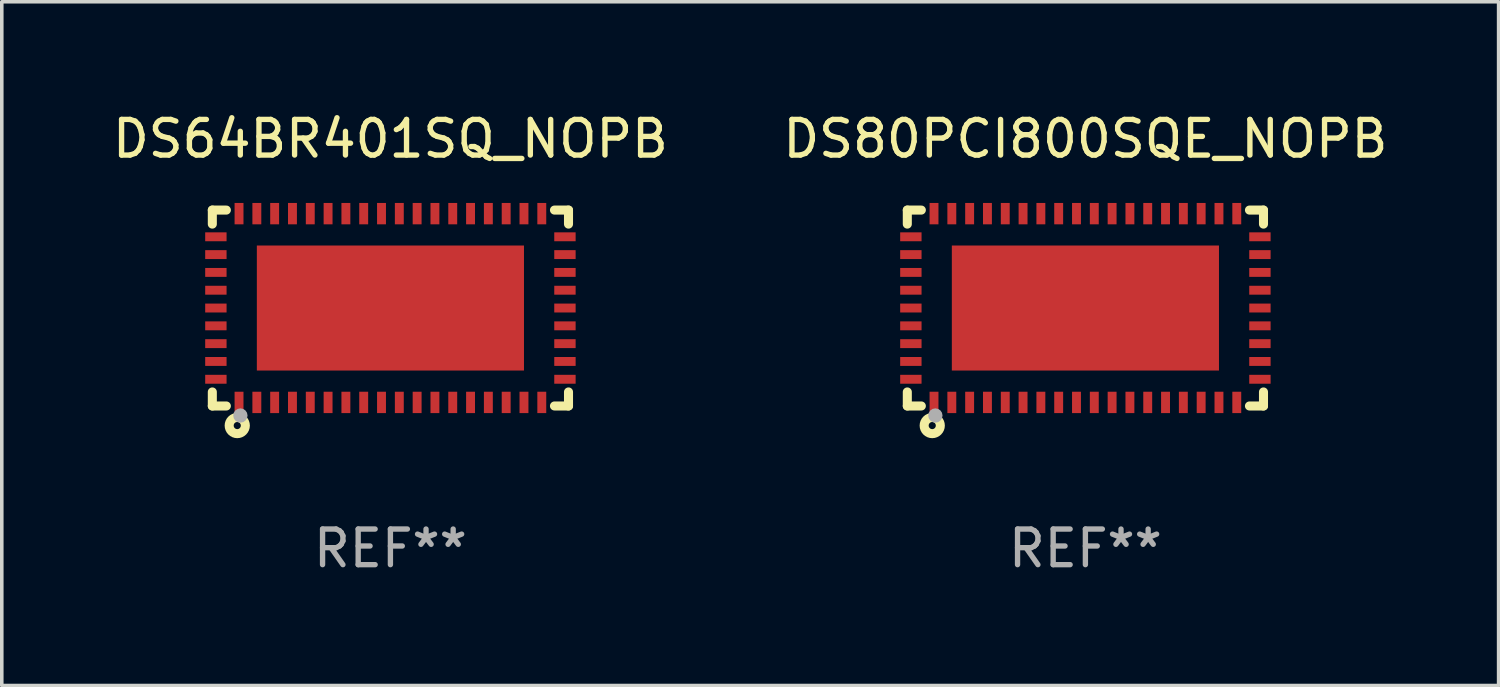
<source format=kicad_pcb>
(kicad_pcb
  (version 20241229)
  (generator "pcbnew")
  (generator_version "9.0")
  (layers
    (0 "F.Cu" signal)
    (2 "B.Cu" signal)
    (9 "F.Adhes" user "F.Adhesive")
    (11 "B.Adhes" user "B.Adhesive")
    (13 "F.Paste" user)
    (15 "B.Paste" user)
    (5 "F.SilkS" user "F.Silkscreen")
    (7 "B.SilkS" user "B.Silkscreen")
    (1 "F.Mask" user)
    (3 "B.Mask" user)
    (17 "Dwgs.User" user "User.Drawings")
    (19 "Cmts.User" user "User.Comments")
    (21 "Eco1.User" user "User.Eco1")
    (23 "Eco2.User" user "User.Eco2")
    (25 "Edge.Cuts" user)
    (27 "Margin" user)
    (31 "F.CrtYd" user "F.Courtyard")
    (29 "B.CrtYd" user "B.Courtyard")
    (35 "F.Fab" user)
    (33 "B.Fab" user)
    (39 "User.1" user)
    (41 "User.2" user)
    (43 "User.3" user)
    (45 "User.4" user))
  (footprint "DS80PCI800SQE_NOPB"
    (layer "F.Cu")
    (at 27.423 5.598)
    (property "Reference" "DS80PCI800SQE_NOPB" (at 0 -4.75 0) (layer "F.SilkS") (effects (font (size 1 1) (thickness 0.15))))
    (attr through_hole)
    (fp_line (start -5 -2.75) (end -4.606 -2.75) (stroke (width 0.254) (type solid)) (layer "F.SilkS"))
    (fp_line (start -5 -2.356) (end -5 -2.75) (stroke (width 0.254) (type solid)) (layer "F.SilkS"))
    (fp_line (start -5 2.75) (end -5 2.356) (stroke (width 0.254) (type solid)) (layer "F.SilkS"))
    (fp_line (start -4.606 2.75) (end -5 2.75) (stroke (width 0.254) (type solid)) (layer "F.SilkS"))
    (fp_line (start 4.606 -2.75) (end 5 -2.75) (stroke (width 0.254) (type solid)) (layer "F.SilkS"))
    (fp_line (start 5 -2.75) (end 5 -2.356) (stroke (width 0.254) (type solid)) (layer "F.SilkS"))
    (fp_line (start 5 2.356) (end 5 2.75) (stroke (width 0.254) (type solid)) (layer "F.SilkS"))
    (fp_line (start 5 2.75) (end 4.606 2.75) (stroke (width 0.254) (type solid)) (layer "F.SilkS"))
    (fp_circle (center -5 2.75) (end -4.97 2.75) (stroke (width 0.06) (type solid)) (fill no) (layer "F.SilkS"))
    (fp_circle (center -4.3 3.3) (end -4.2 3.3) (stroke (width 0.254) (type solid)) (fill no) (layer "F.SilkS"))
    (fp_circle (center -4.212 3.018) (end -4.111 3.018) (stroke (width 0.2) (type solid)) (fill no) (layer "F.Fab"))
    (fp_text user "REF**" (at 0 6.75 0) (layer "F.Fab") (effects (font (size 1 1) (thickness 0.15))))
    (pad "1" smd rect (at -4.25 2.65 270) (size 0.6 0.25) (layers "F.Cu" "F.Mask" "F.Paste"))
    (pad "2" smd rect (at -3.75 2.65 270) (size 0.6 0.25) (layers "F.Cu" "F.Mask" "F.Paste"))
    (pad "3" smd rect (at -3.25 2.65 270) (size 0.6 0.25) (layers "F.Cu" "F.Mask" "F.Paste"))
    (pad "4" smd rect (at -2.75 2.65 270) (size 0.6 0.25) (layers "F.Cu" "F.Mask" "F.Paste"))
    (pad "5" smd rect (at -2.25 2.65 270) (size 0.6 0.25) (layers "F.Cu" "F.Mask" "F.Paste"))
    (pad "6" smd rect (at -1.75 2.65 270) (size 0.6 0.25) (layers "F.Cu" "F.Mask" "F.Paste"))
    (pad "7" smd rect (at -1.25 2.65 270) (size 0.6 0.25) (layers "F.Cu" "F.Mask" "F.Paste"))
    (pad "8" smd rect (at -0.75 2.65 270) (size 0.6 0.25) (layers "F.Cu" "F.Mask" "F.Paste"))
    (pad "9" smd rect (at -0.25 2.65 270) (size 0.6 0.25) (layers "F.Cu" "F.Mask" "F.Paste"))
    (pad "10" smd rect (at 0.25 2.65 270) (size 0.6 0.25) (layers "F.Cu" "F.Mask" "F.Paste"))
    (pad "11" smd rect (at 0.75 2.65 270) (size 0.6 0.25) (layers "F.Cu" "F.Mask" "F.Paste"))
    (pad "12" smd rect (at 1.25 2.65 270) (size 0.6 0.25) (layers "F.Cu" "F.Mask" "F.Paste"))
    (pad "13" smd rect (at 1.75 2.65 270) (size 0.6 0.25) (layers "F.Cu" "F.Mask" "F.Paste"))
    (pad "14" smd rect (at 2.25 2.65 270) (size 0.6 0.25) (layers "F.Cu" "F.Mask" "F.Paste"))
    (pad "15" smd rect (at 2.75 2.65 270) (size 0.6 0.25) (layers "F.Cu" "F.Mask" "F.Paste"))
    (pad "16" smd rect (at 3.25 2.65 270) (size 0.6 0.25) (layers "F.Cu" "F.Mask" "F.Paste"))
    (pad "17" smd rect (at 3.75 2.65 270) (size 0.6 0.25) (layers "F.Cu" "F.Mask" "F.Paste"))
    (pad "18" smd rect (at 4.25 2.65 270) (size 0.6 0.25) (layers "F.Cu" "F.Mask" "F.Paste"))
    (pad "19" smd rect (at 4.9 2 270) (size 0.25 0.6) (layers "F.Cu" "F.Mask" "F.Paste"))
    (pad "20" smd rect (at 4.9 1.5 270) (size 0.25 0.6) (layers "F.Cu" "F.Mask" "F.Paste"))
    (pad "21" smd rect (at 4.9 1 270) (size 0.25 0.6) (layers "F.Cu" "F.Mask" "F.Paste"))
    (pad "22" smd rect (at 4.9 0.5 270) (size 0.25 0.6) (layers "F.Cu" "F.Mask" "F.Paste"))
    (pad "23" smd rect (at 4.9 -0.000076 270) (size 0.25 0.6) (layers "F.Cu" "F.Mask" "F.Paste"))
    (pad "24" smd rect (at 4.9 -0.5 270) (size 0.25 0.6) (layers "F.Cu" "F.Mask" "F.Paste"))
    (pad "25" smd rect (at 4.9 -1 270) (size 0.25 0.6) (layers "F.Cu" "F.Mask" "F.Paste"))
    (pad "26" smd rect (at 4.9 -1.5 270) (size 0.25 0.6) (layers "F.Cu" "F.Mask" "F.Paste"))
    (pad "27" smd rect (at 4.9 -2 270) (size 0.25 0.6) (layers "F.Cu" "F.Mask" "F.Paste"))
    (pad "28" smd rect (at 4.25 -2.65 270) (size 0.6 0.25) (layers "F.Cu" "F.Mask" "F.Paste"))
    (pad "29" smd rect (at 3.75 -2.65 270) (size 0.6 0.25) (layers "F.Cu" "F.Mask" "F.Paste"))
    (pad "30" smd rect (at 3.25 -2.65 270) (size 0.6 0.25) (layers "F.Cu" "F.Mask" "F.Paste"))
    (pad "31" smd rect (at 2.75 -2.65 270) (size 0.6 0.25) (layers "F.Cu" "F.Mask" "F.Paste"))
    (pad "32" smd rect (at 2.25 -2.65 270) (size 0.6 0.25) (layers "F.Cu" "F.Mask" "F.Paste"))
    (pad "33" smd rect (at 1.75 -2.65 270) (size 0.6 0.25) (layers "F.Cu" "F.Mask" "F.Paste"))
    (pad "34" smd rect (at 1.25 -2.65 270) (size 0.6 0.25) (layers "F.Cu" "F.Mask" "F.Paste"))
    (pad "35" smd rect (at 0.75 -2.65 270) (size 0.6 0.25) (layers "F.Cu" "F.Mask" "F.Paste"))
    (pad "36" smd rect (at 0.25 -2.65 270) (size 0.6 0.25) (layers "F.Cu" "F.Mask" "F.Paste"))
    (pad "37" smd rect (at -0.25 -2.65 270) (size 0.6 0.25) (layers "F.Cu" "F.Mask" "F.Paste"))
    (pad "38" smd rect (at -0.75 -2.65 270) (size 0.6 0.25) (layers "F.Cu" "F.Mask" "F.Paste"))
    (pad "39" smd rect (at -1.25 -2.65 270) (size 0.6 0.25) (layers "F.Cu" "F.Mask" "F.Paste"))
    (pad "40" smd rect (at -1.75 -2.65 270) (size 0.6 0.25) (layers "F.Cu" "F.Mask" "F.Paste"))
    (pad "41" smd rect (at -2.25 -2.65 270) (size 0.6 0.25) (layers "F.Cu" "F.Mask" "F.Paste"))
    (pad "42" smd rect (at -2.75 -2.65 270) (size 0.6 0.25) (layers "F.Cu" "F.Mask" "F.Paste"))
    (pad "43" smd rect (at -3.25 -2.65 270) (size 0.6 0.25) (layers "F.Cu" "F.Mask" "F.Paste"))
    (pad "44" smd rect (at -3.75 -2.65 270) (size 0.6 0.25) (layers "F.Cu" "F.Mask" "F.Paste"))
    (pad "45" smd rect (at -4.25 -2.65 270) (size 0.6 0.25) (layers "F.Cu" "F.Mask" "F.Paste"))
    (pad "46" smd rect (at -4.9 -2 270) (size 0.25 0.6) (layers "F.Cu" "F.Mask" "F.Paste"))
    (pad "47" smd rect (at -4.9 -1.5 270) (size 0.25 0.6) (layers "F.Cu" "F.Mask" "F.Paste"))
    (pad "48" smd rect (at -4.9 -1 270) (size 0.25 0.6) (layers "F.Cu" "F.Mask" "F.Paste"))
    (pad "49" smd rect (at -4.9 -0.5 270) (size 0.25 0.6) (layers "F.Cu" "F.Mask" "F.Paste"))
    (pad "50" smd rect (at -4.9 -0.000076 270) (size 0.25 0.6) (layers "F.Cu" "F.Mask" "F.Paste"))
    (pad "51" smd rect (at -4.9 0.5 270) (size 0.25 0.6) (layers "F.Cu" "F.Mask" "F.Paste"))
    (pad "52" smd rect (at -4.9 1 270) (size 0.25 0.6) (layers "F.Cu" "F.Mask" "F.Paste"))
    (pad "53" smd rect (at -4.9 1.5 270) (size 0.25 0.6) (layers "F.Cu" "F.Mask" "F.Paste"))
    (pad "54" smd rect (at -4.9 2 270) (size 0.25 0.6) (layers "F.Cu" "F.Mask" "F.Paste"))
    (pad "55" smd rect (at 0.000064 -0.000076 270) (size 3.51 7.5) (layers "F.Cu" "F.Mask" "F.Paste")))
  (footprint "DS64BR401SQ_NOPB"
    (layer "F.Cu")
    (at 7.911 5.598)
    (property "Reference" "DS64BR401SQ_NOPB" (at 0 -4.75 0) (layer "F.SilkS") (effects (font (size 1 1) (thickness 0.15))))
    (attr through_hole)
    (fp_line (start -5 -2.75) (end -4.606 -2.75) (stroke (width 0.254) (type solid)) (layer "F.SilkS"))
    (fp_line (start -5 -2.356) (end -5 -2.75) (stroke (width 0.254) (type solid)) (layer "F.SilkS"))
    (fp_line (start -5 2.75) (end -5 2.356) (stroke (width 0.254) (type solid)) (layer "F.SilkS"))
    (fp_line (start -4.606 2.75) (end -5 2.75) (stroke (width 0.254) (type solid)) (layer "F.SilkS"))
    (fp_line (start 4.606 -2.75) (end 5 -2.75) (stroke (width 0.254) (type solid)) (layer "F.SilkS"))
    (fp_line (start 5 -2.75) (end 5 -2.356) (stroke (width 0.254) (type solid)) (layer "F.SilkS"))
    (fp_line (start 5 2.356) (end 5 2.75) (stroke (width 0.254) (type solid)) (layer "F.SilkS"))
    (fp_line (start 5 2.75) (end 4.606 2.75) (stroke (width 0.254) (type solid)) (layer "F.SilkS"))
    (fp_circle (center -5 2.75) (end -4.97 2.75) (stroke (width 0.06) (type solid)) (fill no) (layer "F.SilkS"))
    (fp_circle (center -4.3 3.3) (end -4.2 3.3) (stroke (width 0.254) (type solid)) (fill no) (layer "F.SilkS"))
    (fp_circle (center -4.212 3.018) (end -4.111 3.018) (stroke (width 0.2) (type solid)) (fill no) (layer "F.Fab"))
    (fp_text user "REF**" (at 0 6.75 0) (layer "F.Fab") (effects (font (size 1 1) (thickness 0.15))))
    (pad "1" smd rect (at -4.25 2.65 270) (size 0.6 0.25) (layers "F.Cu" "F.Mask" "F.Paste"))
    (pad "2" smd rect (at -3.75 2.65 270) (size 0.6 0.25) (layers "F.Cu" "F.Mask" "F.Paste"))
    (pad "3" smd rect (at -3.25 2.65 270) (size 0.6 0.25) (layers "F.Cu" "F.Mask" "F.Paste"))
    (pad "4" smd rect (at -2.75 2.65 270) (size 0.6 0.25) (layers "F.Cu" "F.Mask" "F.Paste"))
    (pad "5" smd rect (at -2.25 2.65 270) (size 0.6 0.25) (layers "F.Cu" "F.Mask" "F.Paste"))
    (pad "6" smd rect (at -1.75 2.65 270) (size 0.6 0.25) (layers "F.Cu" "F.Mask" "F.Paste"))
    (pad "7" smd rect (at -1.25 2.65 270) (size 0.6 0.25) (layers "F.Cu" "F.Mask" "F.Paste"))
    (pad "8" smd rect (at -0.75 2.65 270) (size 0.6 0.25) (layers "F.Cu" "F.Mask" "F.Paste"))
    (pad "9" smd rect (at -0.25 2.65 270) (size 0.6 0.25) (layers "F.Cu" "F.Mask" "F.Paste"))
    (pad "10" smd rect (at 0.25 2.65 270) (size 0.6 0.25) (layers "F.Cu" "F.Mask" "F.Paste"))
    (pad "11" smd rect (at 0.75 2.65 270) (size 0.6 0.25) (layers "F.Cu" "F.Mask" "F.Paste"))
    (pad "12" smd rect (at 1.25 2.65 270) (size 0.6 0.25) (layers "F.Cu" "F.Mask" "F.Paste"))
    (pad "13" smd rect (at 1.75 2.65 270) (size 0.6 0.25) (layers "F.Cu" "F.Mask" "F.Paste"))
    (pad "14" smd rect (at 2.25 2.65 270) (size 0.6 0.25) (layers "F.Cu" "F.Mask" "F.Paste"))
    (pad "15" smd rect (at 2.75 2.65 270) (size 0.6 0.25) (layers "F.Cu" "F.Mask" "F.Paste"))
    (pad "16" smd rect (at 3.25 2.65 270) (size 0.6 0.25) (layers "F.Cu" "F.Mask" "F.Paste"))
    (pad "17" smd rect (at 3.75 2.65 270) (size 0.6 0.25) (layers "F.Cu" "F.Mask" "F.Paste"))
    (pad "18" smd rect (at 4.25 2.65 270) (size 0.6 0.25) (layers "F.Cu" "F.Mask" "F.Paste"))
    (pad "19" smd rect (at 4.9 2 270) (size 0.25 0.6) (layers "F.Cu" "F.Mask" "F.Paste"))
    (pad "20" smd rect (at 4.9 1.5 270) (size 0.25 0.6) (layers "F.Cu" "F.Mask" "F.Paste"))
    (pad "21" smd rect (at 4.9 1 270) (size 0.25 0.6) (layers "F.Cu" "F.Mask" "F.Paste"))
    (pad "22" smd rect (at 4.9 0.5 270) (size 0.25 0.6) (layers "F.Cu" "F.Mask" "F.Paste"))
    (pad "23" smd rect (at 4.9 -0.000076 270) (size 0.25 0.6) (layers "F.Cu" "F.Mask" "F.Paste"))
    (pad "24" smd rect (at 4.9 -0.5 270) (size 0.25 0.6) (layers "F.Cu" "F.Mask" "F.Paste"))
    (pad "25" smd rect (at 4.9 -1 270) (size 0.25 0.6) (layers "F.Cu" "F.Mask" "F.Paste"))
    (pad "26" smd rect (at 4.9 -1.5 270) (size 0.25 0.6) (layers "F.Cu" "F.Mask" "F.Paste"))
    (pad "27" smd rect (at 4.9 -2 270) (size 0.25 0.6) (layers "F.Cu" "F.Mask" "F.Paste"))
    (pad "28" smd rect (at 4.25 -2.65 270) (size 0.6 0.25) (layers "F.Cu" "F.Mask" "F.Paste"))
    (pad "29" smd rect (at 3.75 -2.65 270) (size 0.6 0.25) (layers "F.Cu" "F.Mask" "F.Paste"))
    (pad "30" smd rect (at 3.25 -2.65 270) (size 0.6 0.25) (layers "F.Cu" "F.Mask" "F.Paste"))
    (pad "31" smd rect (at 2.75 -2.65 270) (size 0.6 0.25) (layers "F.Cu" "F.Mask" "F.Paste"))
    (pad "32" smd rect (at 2.25 -2.65 270) (size 0.6 0.25) (layers "F.Cu" "F.Mask" "F.Paste"))
    (pad "33" smd rect (at 1.75 -2.65 270) (size 0.6 0.25) (layers "F.Cu" "F.Mask" "F.Paste"))
    (pad "34" smd rect (at 1.25 -2.65 270) (size 0.6 0.25) (layers "F.Cu" "F.Mask" "F.Paste"))
    (pad "35" smd rect (at 0.75 -2.65 270) (size 0.6 0.25) (layers "F.Cu" "F.Mask" "F.Paste"))
    (pad "36" smd rect (at 0.25 -2.65 270) (size 0.6 0.25) (layers "F.Cu" "F.Mask" "F.Paste"))
    (pad "37" smd rect (at -0.25 -2.65 270) (size 0.6 0.25) (layers "F.Cu" "F.Mask" "F.Paste"))
    (pad "38" smd rect (at -0.75 -2.65 270) (size 0.6 0.25) (layers "F.Cu" "F.Mask" "F.Paste"))
    (pad "39" smd rect (at -1.25 -2.65 270) (size 0.6 0.25) (layers "F.Cu" "F.Mask" "F.Paste"))
    (pad "40" smd rect (at -1.75 -2.65 270) (size 0.6 0.25) (layers "F.Cu" "F.Mask" "F.Paste"))
    (pad "41" smd rect (at -2.25 -2.65 270) (size 0.6 0.25) (layers "F.Cu" "F.Mask" "F.Paste"))
    (pad "42" smd rect (at -2.75 -2.65 270) (size 0.6 0.25) (layers "F.Cu" "F.Mask" "F.Paste"))
    (pad "43" smd rect (at -3.25 -2.65 270) (size 0.6 0.25) (layers "F.Cu" "F.Mask" "F.Paste"))
    (pad "44" smd rect (at -3.75 -2.65 270) (size 0.6 0.25) (layers "F.Cu" "F.Mask" "F.Paste"))
    (pad "45" smd rect (at -4.25 -2.65 270) (size 0.6 0.25) (layers "F.Cu" "F.Mask" "F.Paste"))
    (pad "46" smd rect (at -4.9 -2 270) (size 0.25 0.6) (layers "F.Cu" "F.Mask" "F.Paste"))
    (pad "47" smd rect (at -4.9 -1.5 270) (size 0.25 0.6) (layers "F.Cu" "F.Mask" "F.Paste"))
    (pad "48" smd rect (at -4.9 -1 270) (size 0.25 0.6) (layers "F.Cu" "F.Mask" "F.Paste"))
    (pad "49" smd rect (at -4.9 -0.5 270) (size 0.25 0.6) (layers "F.Cu" "F.Mask" "F.Paste"))
    (pad "50" smd rect (at -4.9 -0.000076 270) (size 0.25 0.6) (layers "F.Cu" "F.Mask" "F.Paste"))
    (pad "51" smd rect (at -4.9 0.5 270) (size 0.25 0.6) (layers "F.Cu" "F.Mask" "F.Paste"))
    (pad "52" smd rect (at -4.9 1 270) (size 0.25 0.6) (layers "F.Cu" "F.Mask" "F.Paste"))
    (pad "53" smd rect (at -4.9 1.5 270) (size 0.25 0.6) (layers "F.Cu" "F.Mask" "F.Paste"))
    (pad "54" smd rect (at -4.9 2 270) (size 0.25 0.6) (layers "F.Cu" "F.Mask" "F.Paste"))
    (pad "55" smd rect (at 0.000064 -0.000076 270) (size 3.51 7.5) (layers "F.Cu" "F.Mask" "F.Paste")))
  (gr_rect
    (start -3 -3)
    (end 39.024 16.197)
    (stroke (width 0.1) (type default))
    (fill no)
    (layer "Edge.Cuts")))
</source>
